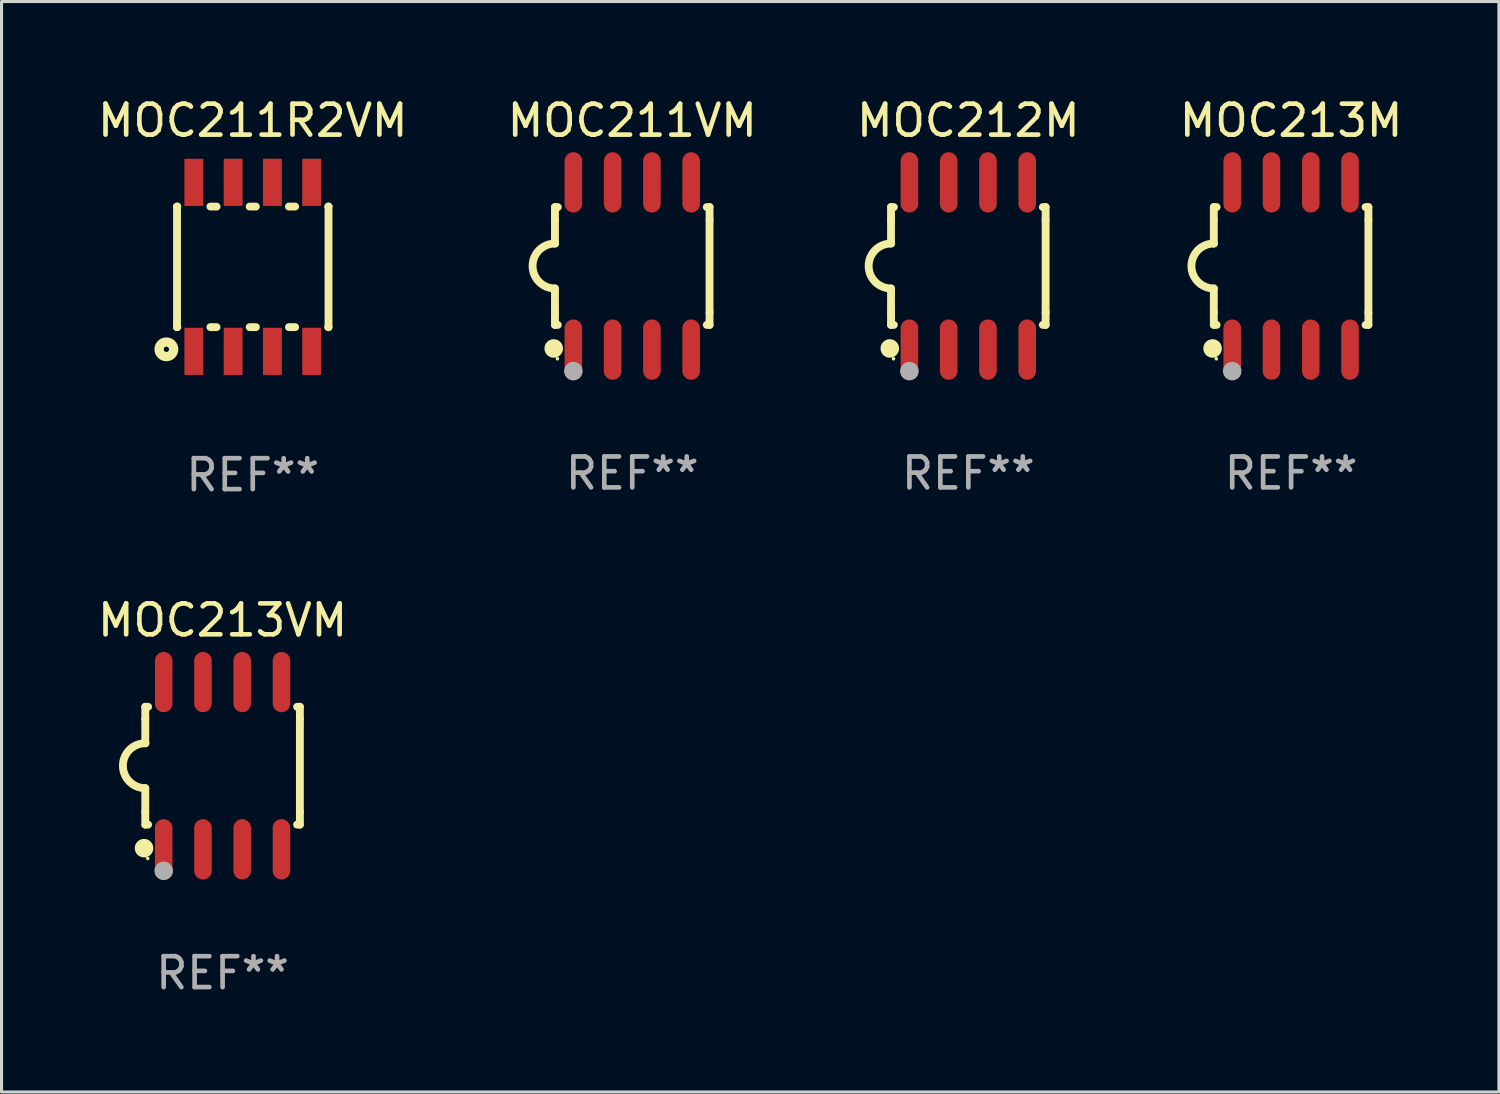
<source format=kicad_pcb>
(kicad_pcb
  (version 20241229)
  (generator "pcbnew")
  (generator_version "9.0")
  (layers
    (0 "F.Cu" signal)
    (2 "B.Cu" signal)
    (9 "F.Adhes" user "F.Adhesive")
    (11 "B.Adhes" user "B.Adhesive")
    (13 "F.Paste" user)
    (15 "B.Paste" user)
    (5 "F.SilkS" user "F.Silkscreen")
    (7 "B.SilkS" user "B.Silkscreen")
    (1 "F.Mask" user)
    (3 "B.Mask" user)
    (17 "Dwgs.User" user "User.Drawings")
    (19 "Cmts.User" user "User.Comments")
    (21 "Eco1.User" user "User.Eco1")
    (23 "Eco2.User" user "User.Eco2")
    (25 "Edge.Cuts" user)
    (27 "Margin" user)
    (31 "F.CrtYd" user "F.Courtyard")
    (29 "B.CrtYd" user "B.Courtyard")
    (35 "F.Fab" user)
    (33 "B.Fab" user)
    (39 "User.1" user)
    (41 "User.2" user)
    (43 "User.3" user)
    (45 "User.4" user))
  (footprint "MOC211VM"
    (layer "F.Cu")
    (at 17.399 5.553)
    (property "Reference" "MOC211VM" (at 0 -4.705 0) (layer "F.SilkS") (effects (font (size 1 1) (thickness 0.15))))
    (attr through_hole)
    (fp_line (start -2.5 -1.905) (end -2.409 -1.905) (stroke (width 0.254) (type solid)) (layer "F.SilkS"))
    (fp_line (start -2.5 -1.5) (end -2.5 -1.905) (stroke (width 0.254) (type solid)) (layer "F.SilkS"))
    (fp_line (start -2.5 -1.5) (end -2.5 -0.726) (stroke (width 0.254) (type solid)) (layer "F.SilkS"))
    (fp_line (start -2.5 1.5) (end -2.5 0.727) (stroke (width 0.254) (type solid)) (layer "F.SilkS"))
    (fp_line (start -2.5 1.5) (end -2.5 1.905) (stroke (width 0.254) (type solid)) (layer "F.SilkS"))
    (fp_line (start -2.5 1.905) (end -2.409 1.905) (stroke (width 0.254) (type solid)) (layer "F.SilkS"))
    (fp_line (start 2.5 -1.905) (end 2.409 -1.905) (stroke (width 0.254) (type solid)) (layer "F.SilkS"))
    (fp_line (start 2.5 -1.5) (end 2.5 -1.905) (stroke (width 0.254) (type solid)) (layer "F.SilkS"))
    (fp_line (start 2.5 -1.5) (end 2.5 1.5) (stroke (width 0.254) (type solid)) (layer "F.SilkS"))
    (fp_line (start 2.5 1.5) (end 2.5 1.905) (stroke (width 0.254) (type solid)) (layer "F.SilkS"))
    (fp_line (start 2.5 1.905) (end 2.409 1.905) (stroke (width 0.254) (type solid)) (layer "F.SilkS"))
    (fp_arc (start -2.5 0.726568) (mid -3.220316 -0.0023) (end -2.495097 -0.726289) (stroke (width 0.254001) (type solid)) (layer "F.SilkS"))
    (fp_circle (center -2.54 2.667) (end -2.39 2.667) (stroke (width 0.3) (type solid)) (fill no) (layer "F.SilkS"))
    (fp_circle (center -2.42 3) (end -2.39 3) (stroke (width 0.06) (type solid)) (fill no) (layer "F.SilkS"))
    (fp_circle (center -1.905 3.4) (end -1.755 3.4) (stroke (width 0.3) (type solid)) (fill no) (layer "F.Fab"))
    (fp_text user "REF**" (at 0 6.705 0) (layer "F.Fab") (effects (font (size 1 1) (thickness 0.15))))
    (pad "1" smd oval (at -1.905 2.705) (size 0.568 1.95) (layers "F.Cu" "F.Mask" "F.Paste"))
    (pad "2" smd oval (at -0.635 2.705) (size 0.568 1.95) (layers "F.Cu" "F.Mask" "F.Paste"))
    (pad "3" smd oval (at 0.635 2.705) (size 0.568 1.95) (layers "F.Cu" "F.Mask" "F.Paste"))
    (pad "4" smd oval (at 1.905 2.705) (size 0.568 1.95) (layers "F.Cu" "F.Mask" "F.Paste"))
    (pad "5" smd oval (at 1.905 -2.705) (size 0.568 1.95) (layers "F.Cu" "F.Mask" "F.Paste"))
    (pad "6" smd oval (at 0.635 -2.705) (size 0.568 1.95) (layers "F.Cu" "F.Mask" "F.Paste"))
    (pad "7" smd oval (at -0.635 -2.705) (size 0.568 1.95) (layers "F.Cu" "F.Mask" "F.Paste"))
    (pad "8" smd oval (at -1.905 -2.705) (size 0.568 1.95) (layers "F.Cu" "F.Mask" "F.Paste")))
  (footprint "MOC212M"
    (layer "F.Cu")
    (at 28.268 5.553)
    (property "Reference" "MOC212M" (at 0 -4.705 0) (layer "F.SilkS") (effects (font (size 1 1) (thickness 0.15))))
    (attr through_hole)
    (fp_line (start -2.5 -1.905) (end -2.409 -1.905) (stroke (width 0.254) (type solid)) (layer "F.SilkS"))
    (fp_line (start -2.5 -1.5) (end -2.5 -1.905) (stroke (width 0.254) (type solid)) (layer "F.SilkS"))
    (fp_line (start -2.5 -1.5) (end -2.5 -0.726) (stroke (width 0.254) (type solid)) (layer "F.SilkS"))
    (fp_line (start -2.5 1.5) (end -2.5 0.727) (stroke (width 0.254) (type solid)) (layer "F.SilkS"))
    (fp_line (start -2.5 1.5) (end -2.5 1.905) (stroke (width 0.254) (type solid)) (layer "F.SilkS"))
    (fp_line (start -2.5 1.905) (end -2.409 1.905) (stroke (width 0.254) (type solid)) (layer "F.SilkS"))
    (fp_line (start 2.5 -1.905) (end 2.409 -1.905) (stroke (width 0.254) (type solid)) (layer "F.SilkS"))
    (fp_line (start 2.5 -1.5) (end 2.5 -1.905) (stroke (width 0.254) (type solid)) (layer "F.SilkS"))
    (fp_line (start 2.5 -1.5) (end 2.5 1.5) (stroke (width 0.254) (type solid)) (layer "F.SilkS"))
    (fp_line (start 2.5 1.5) (end 2.5 1.905) (stroke (width 0.254) (type solid)) (layer "F.SilkS"))
    (fp_line (start 2.5 1.905) (end 2.409 1.905) (stroke (width 0.254) (type solid)) (layer "F.SilkS"))
    (fp_arc (start -2.5 0.726568) (mid -3.220316 -0.0023) (end -2.495097 -0.726289) (stroke (width 0.254001) (type solid)) (layer "F.SilkS"))
    (fp_circle (center -2.54 2.667) (end -2.39 2.667) (stroke (width 0.3) (type solid)) (fill no) (layer "F.SilkS"))
    (fp_circle (center -2.42 3) (end -2.39 3) (stroke (width 0.06) (type solid)) (fill no) (layer "F.SilkS"))
    (fp_circle (center -1.905 3.4) (end -1.755 3.4) (stroke (width 0.3) (type solid)) (fill no) (layer "F.Fab"))
    (fp_text user "REF**" (at 0 6.705 0) (layer "F.Fab") (effects (font (size 1 1) (thickness 0.15))))
    (pad "1" smd oval (at -1.905 2.705) (size 0.568 1.95) (layers "F.Cu" "F.Mask" "F.Paste"))
    (pad "2" smd oval (at -0.635 2.705) (size 0.568 1.95) (layers "F.Cu" "F.Mask" "F.Paste"))
    (pad "3" smd oval (at 0.635 2.705) (size 0.568 1.95) (layers "F.Cu" "F.Mask" "F.Paste"))
    (pad "4" smd oval (at 1.905 2.705) (size 0.568 1.95) (layers "F.Cu" "F.Mask" "F.Paste"))
    (pad "5" smd oval (at 1.905 -2.705) (size 0.568 1.95) (layers "F.Cu" "F.Mask" "F.Paste"))
    (pad "6" smd oval (at 0.635 -2.705) (size 0.568 1.95) (layers "F.Cu" "F.Mask" "F.Paste"))
    (pad "7" smd oval (at -0.635 -2.705) (size 0.568 1.95) (layers "F.Cu" "F.Mask" "F.Paste"))
    (pad "8" smd oval (at -1.905 -2.705) (size 0.568 1.95) (layers "F.Cu" "F.Mask" "F.Paste")))
  (footprint "MOC213M"
    (layer "F.Cu")
    (at 38.708 5.553)
    (property "Reference" "MOC213M" (at 0 -4.705 0) (layer "F.SilkS") (effects (font (size 1 1) (thickness 0.15))))
    (attr through_hole)
    (fp_line (start -2.5 -1.905) (end -2.409 -1.905) (stroke (width 0.254) (type solid)) (layer "F.SilkS"))
    (fp_line (start -2.5 -1.5) (end -2.5 -1.905) (stroke (width 0.254) (type solid)) (layer "F.SilkS"))
    (fp_line (start -2.5 -1.5) (end -2.5 -0.726) (stroke (width 0.254) (type solid)) (layer "F.SilkS"))
    (fp_line (start -2.5 1.5) (end -2.5 0.727) (stroke (width 0.254) (type solid)) (layer "F.SilkS"))
    (fp_line (start -2.5 1.5) (end -2.5 1.905) (stroke (width 0.254) (type solid)) (layer "F.SilkS"))
    (fp_line (start -2.5 1.905) (end -2.409 1.905) (stroke (width 0.254) (type solid)) (layer "F.SilkS"))
    (fp_line (start 2.5 -1.905) (end 2.409 -1.905) (stroke (width 0.254) (type solid)) (layer "F.SilkS"))
    (fp_line (start 2.5 -1.5) (end 2.5 -1.905) (stroke (width 0.254) (type solid)) (layer "F.SilkS"))
    (fp_line (start 2.5 -1.5) (end 2.5 1.5) (stroke (width 0.254) (type solid)) (layer "F.SilkS"))
    (fp_line (start 2.5 1.5) (end 2.5 1.905) (stroke (width 0.254) (type solid)) (layer "F.SilkS"))
    (fp_line (start 2.5 1.905) (end 2.409 1.905) (stroke (width 0.254) (type solid)) (layer "F.SilkS"))
    (fp_arc (start -2.5 0.726568) (mid -3.220316 -0.0023) (end -2.495097 -0.726289) (stroke (width 0.254001) (type solid)) (layer "F.SilkS"))
    (fp_circle (center -2.54 2.667) (end -2.39 2.667) (stroke (width 0.3) (type solid)) (fill no) (layer "F.SilkS"))
    (fp_circle (center -2.42 3) (end -2.39 3) (stroke (width 0.06) (type solid)) (fill no) (layer "F.SilkS"))
    (fp_circle (center -1.905 3.4) (end -1.755 3.4) (stroke (width 0.3) (type solid)) (fill no) (layer "F.Fab"))
    (fp_text user "REF**" (at 0 6.705 0) (layer "F.Fab") (effects (font (size 1 1) (thickness 0.15))))
    (pad "1" smd oval (at -1.905 2.705) (size 0.568 1.95) (layers "F.Cu" "F.Mask" "F.Paste"))
    (pad "2" smd oval (at -0.635 2.705) (size 0.568 1.95) (layers "F.Cu" "F.Mask" "F.Paste"))
    (pad "3" smd oval (at 0.635 2.705) (size 0.568 1.95) (layers "F.Cu" "F.Mask" "F.Paste"))
    (pad "4" smd oval (at 1.905 2.705) (size 0.568 1.95) (layers "F.Cu" "F.Mask" "F.Paste"))
    (pad "5" smd oval (at 1.905 -2.705) (size 0.568 1.95) (layers "F.Cu" "F.Mask" "F.Paste"))
    (pad "6" smd oval (at 0.635 -2.705) (size 0.568 1.95) (layers "F.Cu" "F.Mask" "F.Paste"))
    (pad "7" smd oval (at -0.635 -2.705) (size 0.568 1.95) (layers "F.Cu" "F.Mask" "F.Paste"))
    (pad "8" smd oval (at -1.905 -2.705) (size 0.568 1.95) (layers "F.Cu" "F.Mask" "F.Paste")))
  (footprint "MOC211R2VM"
    (layer "F.Cu")
    (at 5.125 5.581)
    (property "Reference" "MOC211R2VM" (at 0 -4.733 0) (layer "F.SilkS") (effects (font (size 1 1) (thickness 0.15))))
    (attr through_hole)
    (fp_line (start -2.45 -1.95) (end -2.45 1.95) (stroke (width 0.254) (type solid)) (layer "F.SilkS"))
    (fp_line (start -2.44 -1.95) (end -2.45 -1.95) (stroke (width 0.254) (type solid)) (layer "F.SilkS"))
    (fp_line (start -2.44 1.95) (end -2.45 1.95) (stroke (width 0.254) (type solid)) (layer "F.SilkS"))
    (fp_line (start -1.17 -1.95) (end -1.37 -1.95) (stroke (width 0.254) (type solid)) (layer "F.SilkS"))
    (fp_line (start -1.17 1.95) (end -1.37 1.95) (stroke (width 0.254) (type solid)) (layer "F.SilkS"))
    (fp_line (start 0.1 -1.95) (end -0.1 -1.95) (stroke (width 0.254) (type solid)) (layer "F.SilkS"))
    (fp_line (start 0.1 1.95) (end -0.1 1.95) (stroke (width 0.254) (type solid)) (layer "F.SilkS"))
    (fp_line (start 1.37 -1.95) (end 1.17 -1.95) (stroke (width 0.254) (type solid)) (layer "F.SilkS"))
    (fp_line (start 1.37 1.95) (end 1.17 1.95) (stroke (width 0.254) (type solid)) (layer "F.SilkS"))
    (fp_line (start 2.45 -1.95) (end 2.44 -1.95) (stroke (width 0.254) (type solid)) (layer "F.SilkS"))
    (fp_line (start 2.45 -1.95) (end 2.45 1.95) (stroke (width 0.254) (type solid)) (layer "F.SilkS"))
    (fp_line (start 2.45 1.95) (end 2.44 1.95) (stroke (width 0.254) (type solid)) (layer "F.SilkS"))
    (fp_circle (center -2.794 2.667) (end -2.558 2.667) (stroke (width 0.3) (type solid)) (fill no) (layer "F.SilkS"))
    (fp_text user "REF**" (at 0 6.733 0) (layer "F.Fab") (effects (font (size 1 1) (thickness 0.15))))
    (pad "1" smd rect (at -1.905 2.733) (size 0.61 1.525) (layers "F.Cu" "F.Mask" "F.Paste"))
    (pad "2" smd rect (at -0.635 2.733) (size 0.61 1.525) (layers "F.Cu" "F.Mask" "F.Paste"))
    (pad "3" smd rect (at 0.635 2.733) (size 0.61 1.525) (layers "F.Cu" "F.Mask" "F.Paste"))
    (pad "4" smd rect (at 1.905 2.733) (size 0.61 1.525) (layers "F.Cu" "F.Mask" "F.Paste"))
    (pad "5" smd rect (at 1.905 -2.733) (size 0.61 1.525) (layers "F.Cu" "F.Mask" "F.Paste"))
    (pad "6" smd rect (at 0.635 -2.733) (size 0.61 1.525) (layers "F.Cu" "F.Mask" "F.Paste"))
    (pad "7" smd rect (at -0.635 -2.733) (size 0.61 1.525) (layers "F.Cu" "F.Mask" "F.Paste"))
    (pad "8" smd rect (at -1.905 -2.733) (size 0.61 1.525) (layers "F.Cu" "F.Mask" "F.Paste")))
  (footprint "MOC213VM"
    (layer "F.Cu")
    (at 4.149 21.715)
    (property "Reference" "MOC213VM" (at 0 -4.705 0) (layer "F.SilkS") (effects (font (size 1 1) (thickness 0.15))))
    (attr through_hole)
    (fp_line (start -2.5 -1.905) (end -2.409 -1.905) (stroke (width 0.254) (type solid)) (layer "F.SilkS"))
    (fp_line (start -2.5 -1.5) (end -2.5 -1.905) (stroke (width 0.254) (type solid)) (layer "F.SilkS"))
    (fp_line (start -2.5 -1.5) (end -2.5 -0.726) (stroke (width 0.254) (type solid)) (layer "F.SilkS"))
    (fp_line (start -2.5 1.5) (end -2.5 0.727) (stroke (width 0.254) (type solid)) (layer "F.SilkS"))
    (fp_line (start -2.5 1.5) (end -2.5 1.905) (stroke (width 0.254) (type solid)) (layer "F.SilkS"))
    (fp_line (start -2.5 1.905) (end -2.409 1.905) (stroke (width 0.254) (type solid)) (layer "F.SilkS"))
    (fp_line (start 2.5 -1.905) (end 2.409 -1.905) (stroke (width 0.254) (type solid)) (layer "F.SilkS"))
    (fp_line (start 2.5 -1.5) (end 2.5 -1.905) (stroke (width 0.254) (type solid)) (layer "F.SilkS"))
    (fp_line (start 2.5 -1.5) (end 2.5 1.5) (stroke (width 0.254) (type solid)) (layer "F.SilkS"))
    (fp_line (start 2.5 1.5) (end 2.5 1.905) (stroke (width 0.254) (type solid)) (layer "F.SilkS"))
    (fp_line (start 2.5 1.905) (end 2.409 1.905) (stroke (width 0.254) (type solid)) (layer "F.SilkS"))
    (fp_arc (start -2.5 0.726568) (mid -3.220316 -0.0023) (end -2.495097 -0.726289) (stroke (width 0.254001) (type solid)) (layer "F.SilkS"))
    (fp_circle (center -2.54 2.667) (end -2.39 2.667) (stroke (width 0.3) (type solid)) (fill no) (layer "F.SilkS"))
    (fp_circle (center -2.42 3) (end -2.39 3) (stroke (width 0.06) (type solid)) (fill no) (layer "F.SilkS"))
    (fp_circle (center -1.905 3.4) (end -1.755 3.4) (stroke (width 0.3) (type solid)) (fill no) (layer "F.Fab"))
    (fp_text user "REF**" (at 0 6.705 0) (layer "F.Fab") (effects (font (size 1 1) (thickness 0.15))))
    (pad "1" smd oval (at -1.905 2.705) (size 0.568 1.95) (layers "F.Cu" "F.Mask" "F.Paste"))
    (pad "2" smd oval (at -0.635 2.705) (size 0.568 1.95) (layers "F.Cu" "F.Mask" "F.Paste"))
    (pad "3" smd oval (at 0.635 2.705) (size 0.568 1.95) (layers "F.Cu" "F.Mask" "F.Paste"))
    (pad "4" smd oval (at 1.905 2.705) (size 0.568 1.95) (layers "F.Cu" "F.Mask" "F.Paste"))
    (pad "5" smd oval (at 1.905 -2.705) (size 0.568 1.95) (layers "F.Cu" "F.Mask" "F.Paste"))
    (pad "6" smd oval (at 0.635 -2.705) (size 0.568 1.95) (layers "F.Cu" "F.Mask" "F.Paste"))
    (pad "7" smd oval (at -0.635 -2.705) (size 0.568 1.95) (layers "F.Cu" "F.Mask" "F.Paste"))
    (pad "8" smd oval (at -1.905 -2.705) (size 0.568 1.95) (layers "F.Cu" "F.Mask" "F.Paste")))
  (gr_rect
    (start -3 -3)
    (end 45.429 32.268)
    (stroke (width 0.1) (type default))
    (fill no)
    (layer "Edge.Cuts")))
</source>
